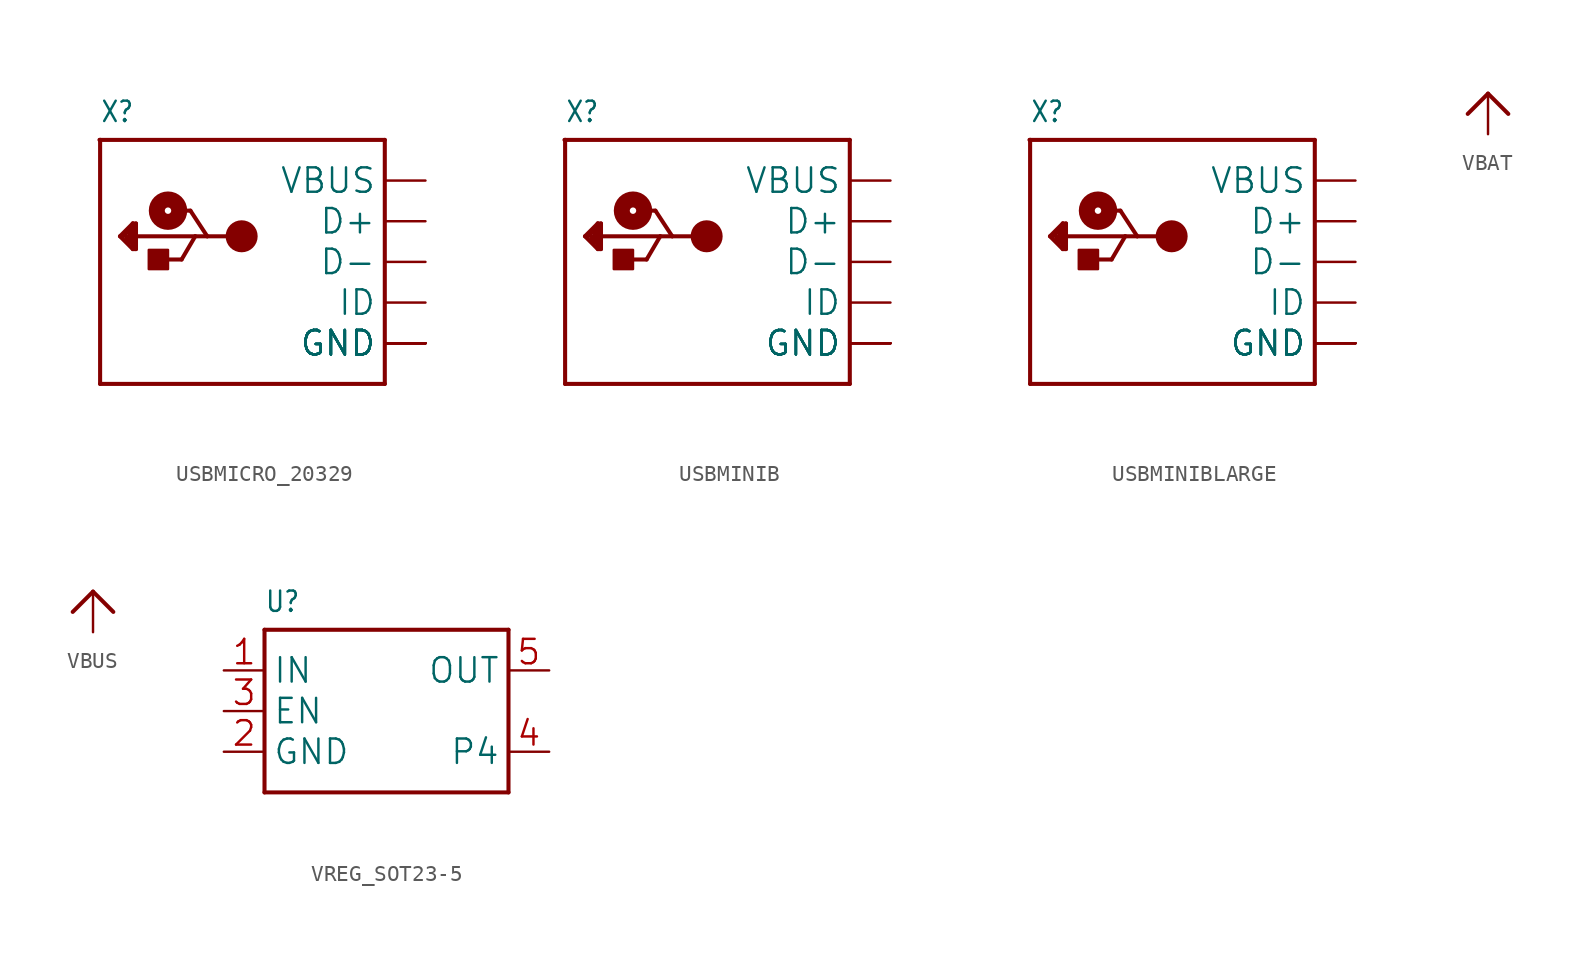
<source format=kicad_sym>
(kicad_symbol_lib
  (version 20241209)
  (generator "kicad_symbol_editor")
  (generator_version "9.0")
  (symbol "USBMICRO_20329"
    (property "Reference" "X"
      (at -10.16 8.636 0)
      (effects (font (size 1.27 1.079)) (justify left bottom)))
    (property "Value" ""
      (at -10.16 -10.16 0)
      (effects (font (size 1.27 1.079)) (justify left bottom)))
    (property "ki_locked" ""
      (at 0 0 0)
      (effects (font (size 1.27 1.27))))
    (symbol "USBMICRO_20329_1_0"
      (polyline (pts (xy -10.2 7.62) (xy -10.16 7.62)) (stroke (width 0.254) (type solid)) (fill (type none)))
      (polyline (pts (xy -10.16 7.62) (xy -10.16 -7.62)) (stroke (width 0.254) (type solid)) (fill (type none)))
      (polyline (pts (xy -10.16 7.62) (xy 7.62 7.62)) (stroke (width 0.254) (type solid)) (fill (type none)))
      (polyline (pts (xy -10.16 -7.62) (xy 7.62 -7.62)) (stroke (width 0.254) (type solid)) (fill (type none)))
      (polyline (pts (xy -8.92 1.6) (xy -8.12 2.4)) (stroke (width 0.254) (type solid)) (fill (type none)))
      (polyline (pts (xy -8.52 1.6) (xy -8.52 1.4)) (stroke (width 0.254) (type solid)) (fill (type none)))
      (polyline (pts (xy -8.52 1.4) (xy -8.32 1.2)) (stroke (width 0.254) (type solid)) (fill (type none)))
      (polyline (pts (xy -8.32 2) (xy -8.72 1.6)) (stroke (width 0.254) (type solid)) (fill (type none)))
      (polyline (pts (xy -8.32 1.2) (xy -8.32 2)) (stroke (width 0.254) (type solid)) (fill (type none)))
      (polyline (pts (xy -8.12 2.4) (xy -7.92 2.4)) (stroke (width 0.254) (type solid)) (fill (type none)))
      (polyline (pts (xy -8.12 1) (xy -8.12 2.4)) (stroke (width 0.254) (type solid)) (fill (type none)))
      (polyline (pts (xy -8.12 0.8) (xy -8.92 1.6)) (stroke (width 0.254) (type solid)) (fill (type none)))
      (polyline (pts (xy -7.92 2.4) (xy -7.92 1.6)) (stroke (width 0.254) (type solid)) (fill (type none)))
      (polyline (pts (xy -7.92 1.6) (xy -7.92 0.8)) (stroke (width 0.254) (type solid)) (fill (type none)))
      (polyline (pts (xy -7.92 0.8) (xy -8.12 0.8)) (stroke (width 0.254) (type solid)) (fill (type none)))
      (rectangle (start -7.12 -0.45) (end -5.92 0.75) (stroke (width 0) (type default)) (fill (type outline)))
      (polyline (pts (xy -6.27 0.15) (xy -5.07 0.15)) (stroke (width 0.254) (type solid)) (fill (type none)))
      (circle (center -5.92 3.2) (radius 0.2) (stroke (width 1) (type solid)) (fill (type none)))
      (polyline (pts (xy -5.52 3.2) (xy -4.52 3.2)) (stroke (width 0.254) (type solid)) (fill (type none)))
      (polyline (pts (xy -5.07 0.15) (xy -4.22 1.6)) (stroke (width 0.254) (type solid)) (fill (type none)))
      (polyline (pts (xy -4.52 3.2) (xy -3.47 1.6)) (stroke (width 0.254) (type solid)) (fill (type none)))
      (polyline (pts (xy -4.22 1.6) (xy -7.92 1.6)) (stroke (width 0.254) (type solid)) (fill (type none)))
      (polyline (pts (xy -3.47 1.6) (xy -4.22 1.6)) (stroke (width 0.254) (type solid)) (fill (type none)))
      (circle (center -1.32 1.6) (radius 0.5) (stroke (width 1) (type solid)) (fill (type none)))
      (polyline (pts (xy -1.32 1.6) (xy -3.47 1.6)) (stroke (width 0.254) (type solid)) (fill (type none)))
      (polyline (pts (xy 7.62 7.62) (xy 7.62 -7.62)) (stroke (width 0.254) (type solid)) (fill (type none)))
      (pin power_in line (at 10.16 5.08 180) (length 2.54) (name "VBUS" (effects (font (size 1.524 1.524)))) (number "VBUS" (effects (font (size 0 0)))))
      (pin bidirectional line (at 10.16 2.54 180) (length 2.54) (name "D+" (effects (font (size 1.524 1.524)))) (number "D+" (effects (font (size 0 0)))))
      (pin bidirectional line (at 10.16 0 180) (length 2.54) (name "D-" (effects (font (size 1.524 1.524)))) (number "D-" (effects (font (size 0 0)))))
      (pin bidirectional line (at 10.16 -2.54 180) (length 2.54) (name "ID" (effects (font (size 1.524 1.524)))) (number "ID" (effects (font (size 0 0)))))
      (pin power_in line (at 10.16 -5.08 180) (length 2.54) (name "GND" (effects (font (size 1.524 1.524)))) (number "BASE@1" (effects (font (size 0 0)))))
      (pin power_in line (at 10.16 -5.08 180) (length 2.54) (name "GND" (effects (font (size 1.524 1.524)))) (number "BASE@2" (effects (font (size 0 0)))))
      (pin power_in line (at 10.16 -5.08 180) (length 2.54) (name "GND" (effects (font (size 1.524 1.524)))) (number "GND" (effects (font (size 0 0)))))
      (pin power_in line (at 10.16 -5.08 180) (length 2.54) (name "GND" (effects (font (size 1.524 1.524)))) (number "SPRT@1" (effects (font (size 0 0)))))
      (pin power_in line (at 10.16 -5.08 180) (length 2.54) (name "GND" (effects (font (size 1.524 1.524)))) (number "SPRT@2" (effects (font (size 0 0)))))
      (pin power_in line (at 10.16 -5.08 180) (length 2.54) (name "GND" (effects (font (size 1.524 1.524)))) (number "SPRT@3" (effects (font (size 0 0)))))
      (pin power_in line (at 10.16 -5.08 180) (length 2.54) (name "GND" (effects (font (size 1.524 1.524)))) (number "SPRT@4" (effects (font (size 0 0)))))))
  (symbol "USBMINIB"
    (property "Reference" "X"
      (at -10.16 8.636 0)
      (effects (font (size 1.27 1.079)) (justify left bottom)))
    (property "Value" ""
      (at -10.16 -10.16 0)
      (effects (font (size 1.27 1.079)) (justify left bottom)))
    (property "ki_locked" ""
      (at 0 0 0)
      (effects (font (size 1.27 1.27))))
    (symbol "USBMINIB_1_0"
      (polyline (pts (xy -10.2 7.62) (xy -10.16 7.62)) (stroke (width 0.254) (type solid)) (fill (type none)))
      (polyline (pts (xy -10.16 7.62) (xy -10.16 -7.62)) (stroke (width 0.254) (type solid)) (fill (type none)))
      (polyline (pts (xy -10.16 7.62) (xy 7.62 7.62)) (stroke (width 0.254) (type solid)) (fill (type none)))
      (polyline (pts (xy -10.16 -7.62) (xy 7.62 -7.62)) (stroke (width 0.254) (type solid)) (fill (type none)))
      (polyline (pts (xy -8.92 1.6) (xy -8.12 2.4)) (stroke (width 0.254) (type solid)) (fill (type none)))
      (polyline (pts (xy -8.52 1.6) (xy -8.52 1.4)) (stroke (width 0.254) (type solid)) (fill (type none)))
      (polyline (pts (xy -8.52 1.4) (xy -8.32 1.2)) (stroke (width 0.254) (type solid)) (fill (type none)))
      (polyline (pts (xy -8.32 2) (xy -8.72 1.6)) (stroke (width 0.254) (type solid)) (fill (type none)))
      (polyline (pts (xy -8.32 1.2) (xy -8.32 2)) (stroke (width 0.254) (type solid)) (fill (type none)))
      (polyline (pts (xy -8.12 2.4) (xy -7.92 2.4)) (stroke (width 0.254) (type solid)) (fill (type none)))
      (polyline (pts (xy -8.12 1) (xy -8.12 2.4)) (stroke (width 0.254) (type solid)) (fill (type none)))
      (polyline (pts (xy -8.12 0.8) (xy -8.92 1.6)) (stroke (width 0.254) (type solid)) (fill (type none)))
      (polyline (pts (xy -7.92 2.4) (xy -7.92 1.6)) (stroke (width 0.254) (type solid)) (fill (type none)))
      (polyline (pts (xy -7.92 1.6) (xy -7.92 0.8)) (stroke (width 0.254) (type solid)) (fill (type none)))
      (polyline (pts (xy -7.92 0.8) (xy -8.12 0.8)) (stroke (width 0.254) (type solid)) (fill (type none)))
      (rectangle (start -7.12 -0.45) (end -5.92 0.75) (stroke (width 0) (type default)) (fill (type outline)))
      (polyline (pts (xy -6.27 0.15) (xy -5.07 0.15)) (stroke (width 0.254) (type solid)) (fill (type none)))
      (circle (center -5.92 3.2) (radius 0.2) (stroke (width 1) (type solid)) (fill (type none)))
      (polyline (pts (xy -5.52 3.2) (xy -4.52 3.2)) (stroke (width 0.254) (type solid)) (fill (type none)))
      (polyline (pts (xy -5.07 0.15) (xy -4.22 1.6)) (stroke (width 0.254) (type solid)) (fill (type none)))
      (polyline (pts (xy -4.52 3.2) (xy -3.47 1.6)) (stroke (width 0.254) (type solid)) (fill (type none)))
      (polyline (pts (xy -4.22 1.6) (xy -7.92 1.6)) (stroke (width 0.254) (type solid)) (fill (type none)))
      (polyline (pts (xy -3.47 1.6) (xy -4.22 1.6)) (stroke (width 0.254) (type solid)) (fill (type none)))
      (circle (center -1.32 1.6) (radius 0.5) (stroke (width 1) (type solid)) (fill (type none)))
      (polyline (pts (xy -1.32 1.6) (xy -3.47 1.6)) (stroke (width 0.254) (type solid)) (fill (type none)))
      (polyline (pts (xy 7.62 7.62) (xy 7.62 -7.62)) (stroke (width 0.254) (type solid)) (fill (type none)))
      (pin power_in line (at 10.16 5.08 180) (length 2.54) (name "VBUS" (effects (font (size 1.524 1.524)))) (number "VBUS" (effects (font (size 0 0)))))
      (pin bidirectional line (at 10.16 2.54 180) (length 2.54) (name "D+" (effects (font (size 1.524 1.524)))) (number "D+" (effects (font (size 0 0)))))
      (pin bidirectional line (at 10.16 0 180) (length 2.54) (name "D-" (effects (font (size 1.524 1.524)))) (number "D-" (effects (font (size 0 0)))))
      (pin bidirectional line (at 10.16 -2.54 180) (length 2.54) (name "ID" (effects (font (size 1.524 1.524)))) (number "ID" (effects (font (size 0 0)))))
      (pin power_in line (at 10.16 -5.08 180) (length 2.54) (name "GND" (effects (font (size 1.524 1.524)))) (number "GND" (effects (font (size 0 0)))))
      (pin power_in line (at 10.16 -5.08 180) (length 2.54) (name "GND" (effects (font (size 1.524 1.524)))) (number "GND1" (effects (font (size 0 0)))))
      (pin power_in line (at 10.16 -5.08 180) (length 2.54) (name "GND" (effects (font (size 1.524 1.524)))) (number "GND2" (effects (font (size 0 0)))))
      (pin power_in line (at 10.16 -5.08 180) (length 2.54) (name "GND" (effects (font (size 1.524 1.524)))) (number "GND3" (effects (font (size 0 0)))))
      (pin power_in line (at 10.16 -5.08 180) (length 2.54) (name "GND" (effects (font (size 1.524 1.524)))) (number "GND4" (effects (font (size 0 0)))))))
  (symbol "USBMINIBLARGE"
    (property "Reference" "X"
      (at -10.16 8.636 0)
      (effects (font (size 1.27 1.079)) (justify left bottom)))
    (property "Value" ""
      (at -10.16 -10.16 0)
      (effects (font (size 1.27 1.079)) (justify left bottom)))
    (property "ki_locked" ""
      (at 0 0 0)
      (effects (font (size 1.27 1.27))))
    (symbol "USBMINIBLARGE_1_0"
      (polyline (pts (xy -10.2 7.62) (xy -10.16 7.62)) (stroke (width 0.254) (type solid)) (fill (type none)))
      (polyline (pts (xy -10.16 7.62) (xy -10.16 -7.62)) (stroke (width 0.254) (type solid)) (fill (type none)))
      (polyline (pts (xy -10.16 7.62) (xy 7.62 7.62)) (stroke (width 0.254) (type solid)) (fill (type none)))
      (polyline (pts (xy -10.16 -7.62) (xy 7.62 -7.62)) (stroke (width 0.254) (type solid)) (fill (type none)))
      (polyline (pts (xy -8.92 1.6) (xy -8.12 2.4)) (stroke (width 0.254) (type solid)) (fill (type none)))
      (polyline (pts (xy -8.52 1.6) (xy -8.52 1.4)) (stroke (width 0.254) (type solid)) (fill (type none)))
      (polyline (pts (xy -8.52 1.4) (xy -8.32 1.2)) (stroke (width 0.254) (type solid)) (fill (type none)))
      (polyline (pts (xy -8.32 2) (xy -8.72 1.6)) (stroke (width 0.254) (type solid)) (fill (type none)))
      (polyline (pts (xy -8.32 1.2) (xy -8.32 2)) (stroke (width 0.254) (type solid)) (fill (type none)))
      (polyline (pts (xy -8.12 2.4) (xy -7.92 2.4)) (stroke (width 0.254) (type solid)) (fill (type none)))
      (polyline (pts (xy -8.12 1) (xy -8.12 2.4)) (stroke (width 0.254) (type solid)) (fill (type none)))
      (polyline (pts (xy -8.12 0.8) (xy -8.92 1.6)) (stroke (width 0.254) (type solid)) (fill (type none)))
      (polyline (pts (xy -7.92 2.4) (xy -7.92 1.6)) (stroke (width 0.254) (type solid)) (fill (type none)))
      (polyline (pts (xy -7.92 1.6) (xy -7.92 0.8)) (stroke (width 0.254) (type solid)) (fill (type none)))
      (polyline (pts (xy -7.92 0.8) (xy -8.12 0.8)) (stroke (width 0.254) (type solid)) (fill (type none)))
      (rectangle (start -7.12 -0.45) (end -5.92 0.75) (stroke (width 0) (type default)) (fill (type outline)))
      (polyline (pts (xy -6.27 0.15) (xy -5.07 0.15)) (stroke (width 0.254) (type solid)) (fill (type none)))
      (circle (center -5.92 3.2) (radius 0.2) (stroke (width 1) (type solid)) (fill (type none)))
      (polyline (pts (xy -5.52 3.2) (xy -4.52 3.2)) (stroke (width 0.254) (type solid)) (fill (type none)))
      (polyline (pts (xy -5.07 0.15) (xy -4.22 1.6)) (stroke (width 0.254) (type solid)) (fill (type none)))
      (polyline (pts (xy -4.52 3.2) (xy -3.47 1.6)) (stroke (width 0.254) (type solid)) (fill (type none)))
      (polyline (pts (xy -4.22 1.6) (xy -7.92 1.6)) (stroke (width 0.254) (type solid)) (fill (type none)))
      (polyline (pts (xy -3.47 1.6) (xy -4.22 1.6)) (stroke (width 0.254) (type solid)) (fill (type none)))
      (circle (center -1.32 1.6) (radius 0.5) (stroke (width 1) (type solid)) (fill (type none)))
      (polyline (pts (xy -1.32 1.6) (xy -3.47 1.6)) (stroke (width 0.254) (type solid)) (fill (type none)))
      (polyline (pts (xy 7.62 7.62) (xy 7.62 -7.62)) (stroke (width 0.254) (type solid)) (fill (type none)))
      (pin power_in line (at 10.16 5.08 180) (length 2.54) (name "VBUS" (effects (font (size 1.524 1.524)))) (number "VBUS" (effects (font (size 0 0)))))
      (pin bidirectional line (at 10.16 2.54 180) (length 2.54) (name "D+" (effects (font (size 1.524 1.524)))) (number "D+" (effects (font (size 0 0)))))
      (pin bidirectional line (at 10.16 0 180) (length 2.54) (name "D-" (effects (font (size 1.524 1.524)))) (number "D-" (effects (font (size 0 0)))))
      (pin bidirectional line (at 10.16 -2.54 180) (length 2.54) (name "ID" (effects (font (size 1.524 1.524)))) (number "ID" (effects (font (size 0 0)))))
      (pin power_in line (at 10.16 -5.08 180) (length 2.54) (name "GND" (effects (font (size 1.524 1.524)))) (number "GND" (effects (font (size 0 0)))))
      (pin power_in line (at 10.16 -5.08 180) (length 2.54) (name "GND" (effects (font (size 1.524 1.524)))) (number "GND1" (effects (font (size 0 0)))))
      (pin power_in line (at 10.16 -5.08 180) (length 2.54) (name "GND" (effects (font (size 1.524 1.524)))) (number "GND2" (effects (font (size 0 0)))))
      (pin power_in line (at 10.16 -5.08 180) (length 2.54) (name "GND" (effects (font (size 1.524 1.524)))) (number "GND3" (effects (font (size 0 0)))))
      (pin power_in line (at 10.16 -5.08 180) (length 2.54) (name "GND" (effects (font (size 1.524 1.524)))) (number "GND4" (effects (font (size 0 0)))))))
  (symbol "VBAT"
    (power)
    (property "Reference" ""
      (at 0 0 0)
      (effects (font (size 1.27 1.27)) (hide yes)))
    (property "Value" ""
      (at -1.524 1.016 0)
      (effects (font (size 1.27 1.079)) (justify left bottom)))
    (property "ki_locked" ""
      (at 0 0 0)
      (effects (font (size 1.27 1.27))))
    (symbol "VBAT_1_0"
      (polyline (pts (xy -1.27 -1.27) (xy 0 0)) (stroke (width 0.254) (type solid)) (fill (type none)))
      (polyline (pts (xy 0 0) (xy 1.27 -1.27)) (stroke (width 0.254) (type solid)) (fill (type none)))
      (pin power_in line (at 0 -2.54 90) (length 2.54) (name "VBAT" (effects (font (size 0 0)))) (number "1" (effects (font (size 0 0)))))))
  (symbol "VBUS"
    (power)
    (property "Reference" ""
      (at 0 0 0)
      (effects (font (size 1.27 1.27)) (hide yes)))
    (property "Value" ""
      (at -1.524 1.016 0)
      (effects (font (size 1.27 1.079)) (justify left bottom)))
    (property "ki_locked" ""
      (at 0 0 0)
      (effects (font (size 1.27 1.27))))
    (symbol "VBUS_1_0"
      (polyline (pts (xy -1.27 -1.27) (xy 0 0)) (stroke (width 0.254) (type solid)) (fill (type none)))
      (polyline (pts (xy 0 0) (xy 1.27 -1.27)) (stroke (width 0.254) (type solid)) (fill (type none)))
      (pin power_in line (at 0 -2.54 90) (length 2.54) (name "VBUS" (effects (font (size 0 0)))) (number "1" (effects (font (size 0 0)))))))
  (symbol "VREG_SOT23-5"
    (property "Reference" "U"
      (at -7.62 6.096 0)
      (effects (font (size 1.27 1.079)) (justify left bottom)))
    (property "Value" ""
      (at -7.62 -7.62 0)
      (effects (font (size 1.27 1.079)) (justify left bottom)))
    (property "ki_locked" ""
      (at 0 0 0)
      (effects (font (size 1.27 1.27))))
    (symbol "VREG_SOT23-5_1_0"
      (polyline (pts (xy -7.62 5.08) (xy 7.62 5.08)) (stroke (width 0.254) (type solid)) (fill (type none)))
      (polyline (pts (xy -7.62 -5.08) (xy -7.62 5.08)) (stroke (width 0.254) (type solid)) (fill (type none)))
      (polyline (pts (xy 7.62 5.08) (xy 7.62 -5.08)) (stroke (width 0.254) (type solid)) (fill (type none)))
      (polyline (pts (xy 7.62 -5.08) (xy -7.62 -5.08)) (stroke (width 0.254) (type solid)) (fill (type none)))
      (pin power_in line (at -10.16 2.54 0) (length 2.54) (name "IN" (effects (font (size 1.524 1.524)))) (number "1" (effects (font (size 1.524 1.524)))))
      (pin input line (at -10.16 0 0) (length 2.54) (name "EN" (effects (font (size 1.524 1.524)))) (number "3" (effects (font (size 1.524 1.524)))))
      (pin power_in line (at -10.16 -2.54 0) (length 2.54) (name "GND" (effects (font (size 1.524 1.524)))) (number "2" (effects (font (size 1.524 1.524)))))
      (pin power_in line (at 10.16 2.54 180) (length 2.54) (name "OUT" (effects (font (size 1.524 1.524)))) (number "5" (effects (font (size 1.524 1.524)))))
      (pin bidirectional line (at 10.16 -2.54 180) (length 2.54) (name "P4" (effects (font (size 1.524 1.524)))) (number "4" (effects (font (size 1.524 1.524))))))))
</source>
